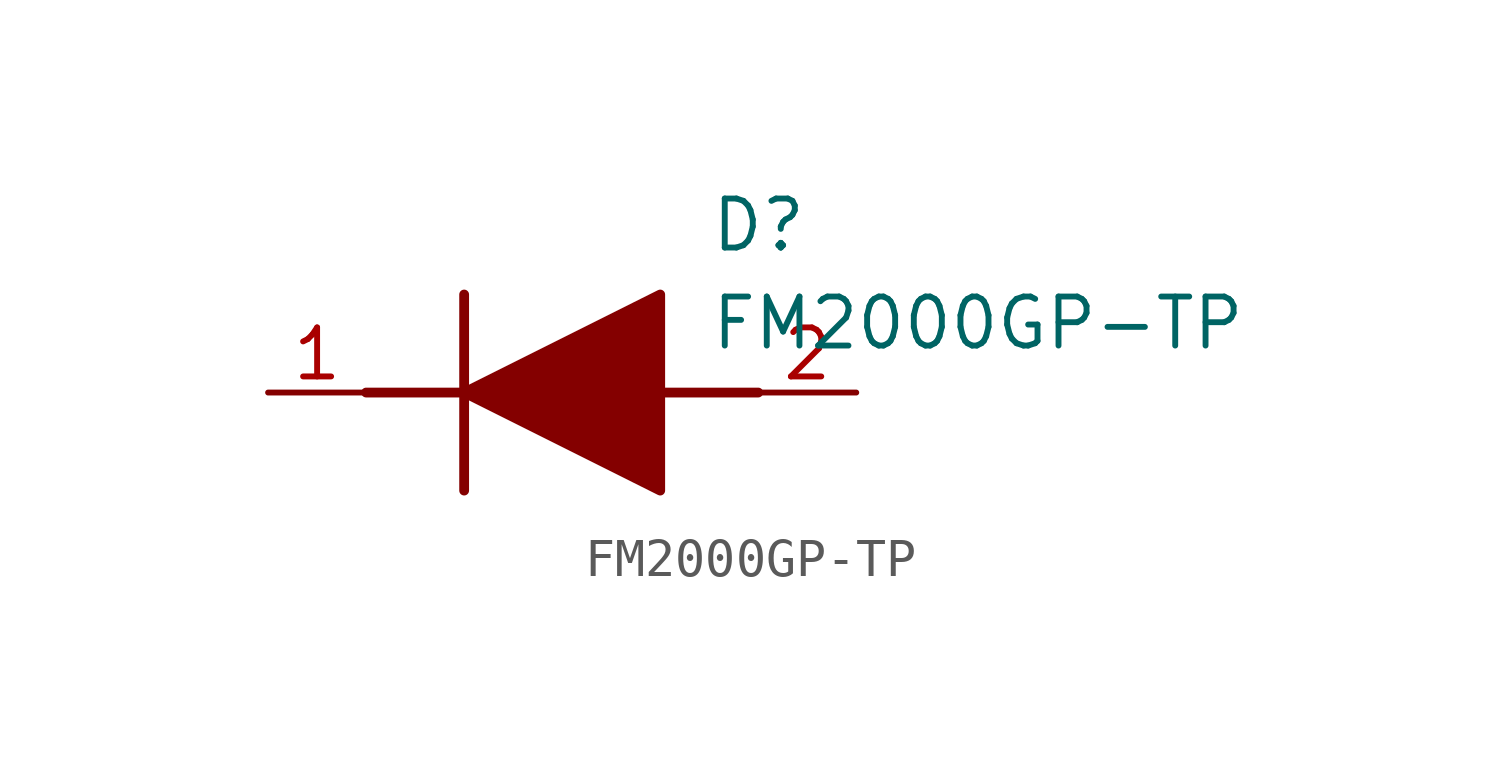
<source format=kicad_sym>
(kicad_symbol_lib
  (version 20211014)
  (generator SamacSys_ECAD_Model)
  (symbol "FM2000GP-TP"
    (pin_names hide)
    (property "Reference" "D"
      (at 11.43 5.08 0)
      (effects (font (size 1.27 1.27)) (justify left top)))
    (property "Value" "FM2000GP-TP"
      (at 11.43 2.54 0)
      (effects (font (size 1.27 1.27)) (justify left top)))
    (polyline
      (pts (xy 5.08 2.54) (xy 5.08 -2.54))
      (stroke (width 0.254) (type default))
      (fill (type none)))
    (polyline
      (pts (xy 2.54 0) (xy 5.08 0))
      (stroke (width 0.254) (type default))
      (fill (type none)))
    (polyline
      (pts (xy 10.16 0) (xy 12.7 0))
      (stroke (width 0.254) (type default))
      (fill (type none)))
    (polyline
      (pts (xy 5.08 0) (xy 10.16 2.54) (xy 10.16 -2.54) (xy 5.08 0))
      (stroke (width 0.254) (type default))
      (fill (type outline)))
    (pin passive line
      (at 0 0 0)
      (length 2.54)
      (name "K" (effects (font (size 1.27 1.27))))
      (number "1" (effects (font (size 1.27 1.27)))))
    (pin passive line
      (at 15.24 0 180)
      (length 2.54)
      (name "A" (effects (font (size 1.27 1.27))))
      (number "2" (effects (font (size 1.27 1.27)))))))
</source>
